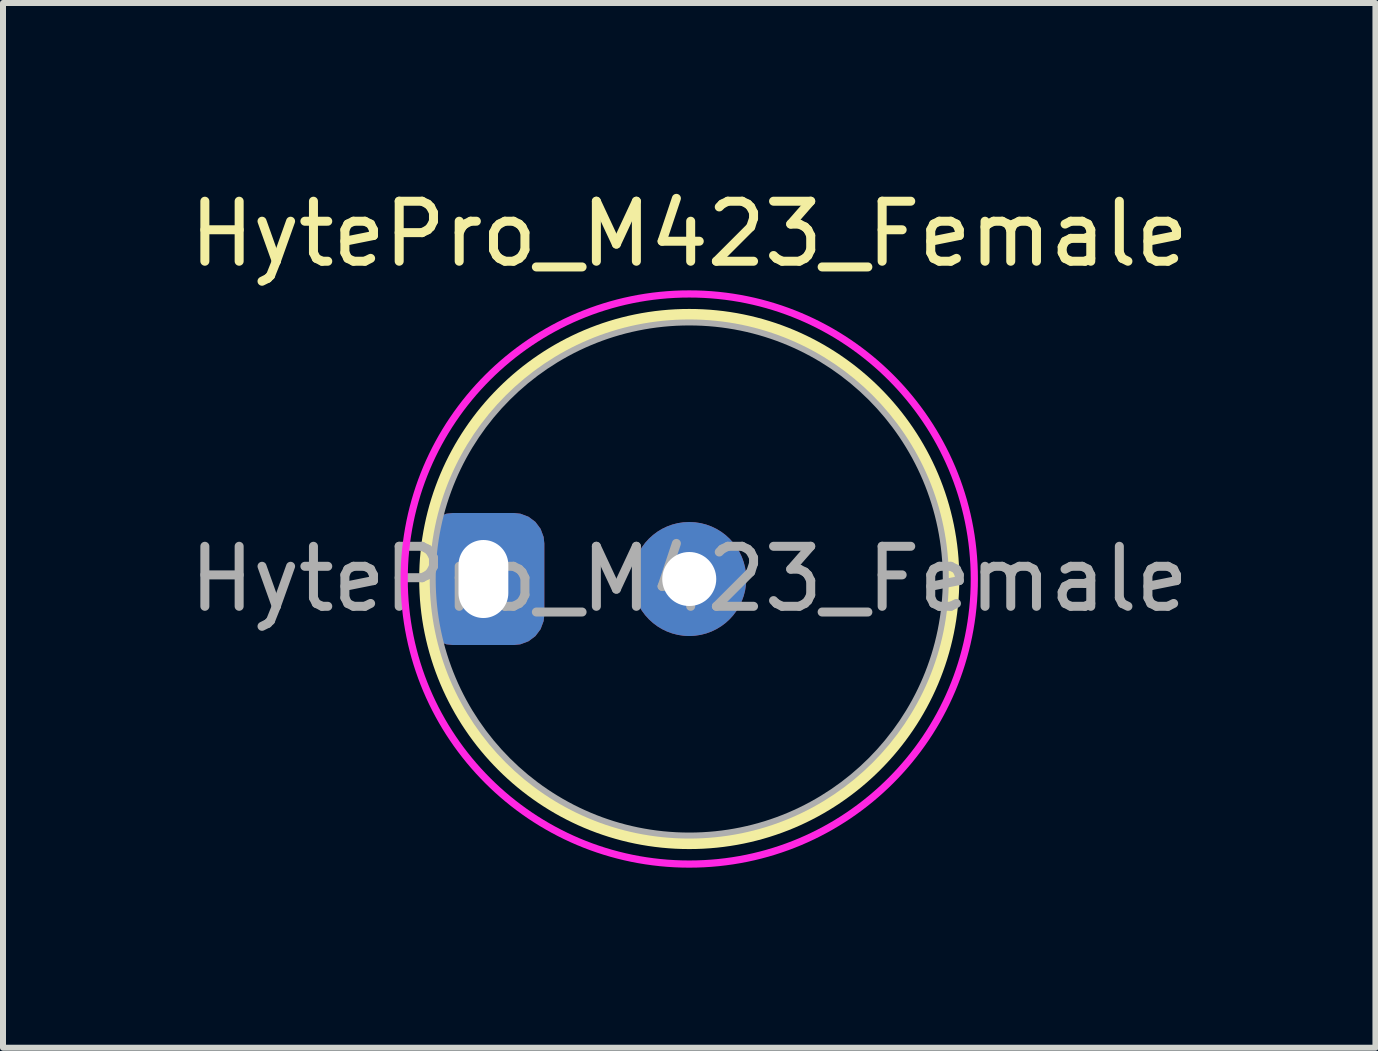
<source format=kicad_pcb>
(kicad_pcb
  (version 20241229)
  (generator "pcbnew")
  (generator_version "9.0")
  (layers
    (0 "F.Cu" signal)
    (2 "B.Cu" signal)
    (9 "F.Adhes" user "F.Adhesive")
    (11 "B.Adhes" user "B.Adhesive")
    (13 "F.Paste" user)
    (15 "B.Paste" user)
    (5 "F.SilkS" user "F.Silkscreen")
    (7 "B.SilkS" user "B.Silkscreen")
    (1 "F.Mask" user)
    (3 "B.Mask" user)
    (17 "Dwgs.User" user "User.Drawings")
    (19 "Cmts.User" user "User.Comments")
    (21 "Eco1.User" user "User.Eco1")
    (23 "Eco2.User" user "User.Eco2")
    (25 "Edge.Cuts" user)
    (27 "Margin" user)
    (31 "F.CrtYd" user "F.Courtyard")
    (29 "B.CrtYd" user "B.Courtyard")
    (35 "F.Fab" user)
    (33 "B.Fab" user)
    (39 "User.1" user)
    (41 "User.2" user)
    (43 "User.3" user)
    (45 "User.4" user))
  (footprint "HytePro_M423_Female"
    (layer "F.Cu")
    (at 8.435 6.598)
    (property "Reference" "HytePro_M423_Female" (at 0 -5.75 0) (unlocked yes) (layer "F.SilkS") (effects (font (size 1 1) (thickness 0.15))))
    (attr through_hole)
    (fp_circle (center 0 0) (end 4.4 0) (stroke (width 0.2) (type solid)) (fill no) (layer "F.SilkS"))
    (fp_circle (center 0 0) (end 4.75 0) (stroke (width 0.12) (type solid)) (fill no) (layer "F.CrtYd"))
    (fp_circle (center 0 0) (end 4.275 0) (stroke (width 0.1) (type solid)) (fill no) (layer "F.Fab"))
    (fp_text user "${REFERENCE}" (at 0 0 0) (unlocked yes) (layer "F.Fab") (effects (font (size 1 1) (thickness 0.15))))
    (pad "1" thru_hole circle (at 0 0) (size 1.9 1.9) (drill 0.9) (layers "*.Cu" "*.Mask"))
    (pad "2" thru_hole roundrect (at -3.43 0) (size 2.03 2.2) (drill oval 0.83 1.3) (layers "*.Cu" "*.Mask") (roundrect_rratio 0.25)))
  (gr_rect
    (start -3 -3)
    (end 19.869 14.408)
    (stroke (width 0.1) (type default))
    (fill no)
    (layer "Edge.Cuts")))
</source>
